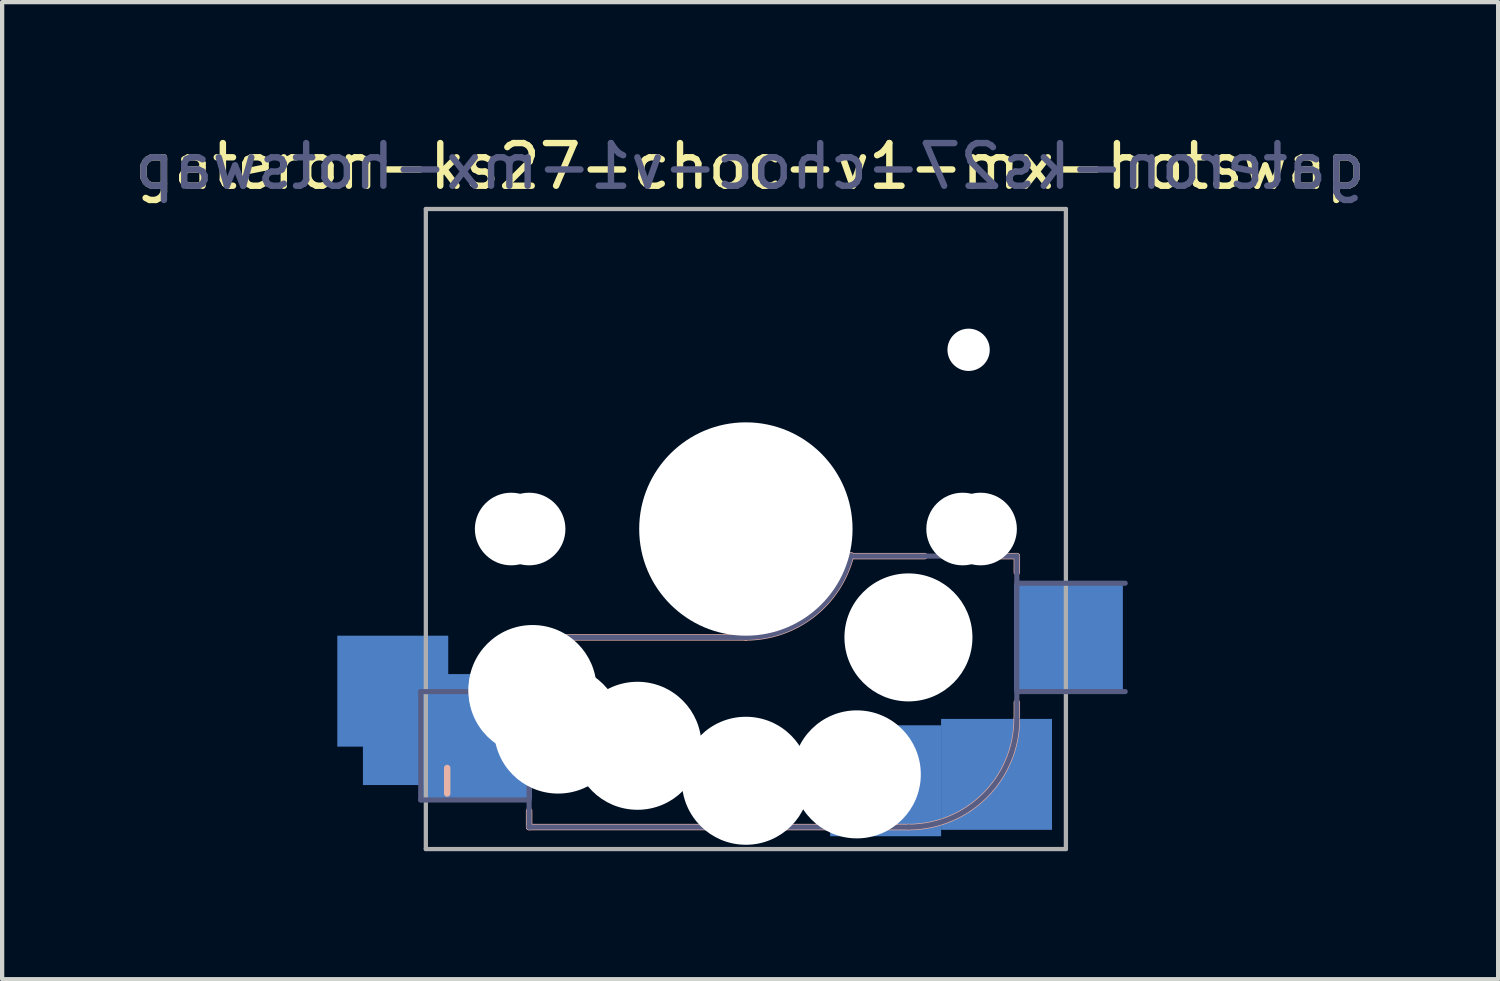
<source format=kicad_pcb>
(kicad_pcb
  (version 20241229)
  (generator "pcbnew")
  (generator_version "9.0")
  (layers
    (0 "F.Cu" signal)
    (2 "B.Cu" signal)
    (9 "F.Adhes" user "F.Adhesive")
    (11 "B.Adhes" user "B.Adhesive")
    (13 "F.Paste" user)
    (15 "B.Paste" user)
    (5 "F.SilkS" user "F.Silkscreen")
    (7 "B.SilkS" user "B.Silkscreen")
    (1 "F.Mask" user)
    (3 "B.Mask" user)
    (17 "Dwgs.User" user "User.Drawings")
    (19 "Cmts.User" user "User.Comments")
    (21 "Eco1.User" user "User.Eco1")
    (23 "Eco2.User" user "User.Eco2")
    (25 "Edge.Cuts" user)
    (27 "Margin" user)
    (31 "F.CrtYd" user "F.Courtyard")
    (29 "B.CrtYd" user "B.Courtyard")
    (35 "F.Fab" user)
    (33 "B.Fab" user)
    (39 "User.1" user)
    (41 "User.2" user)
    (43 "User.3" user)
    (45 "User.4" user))
  (footprint "gateron-ks27-choc-v1-mx-hotswap"
    (layer "F.Cu")
    (at 14.43 9.348)
    (property "Reference" "gateron-ks27-choc-v1-mx-hotswap" (at 0.1 -8.5 0) (unlocked yes) (layer "F.SilkS") (effects (font (size 1 1) (thickness 0.15))))
    (attr through_hole)
    (fp_line (start -7 5.6) (end -7 6.2) (stroke (width 0.15) (type solid)) (layer "B.SilkS"))
    (fp_line (start -5.08 2.54) (end 0 2.54) (stroke (width 0.15) (type solid)) (layer "B.SilkS"))
    (fp_line (start -5.08 3.556) (end -5.08 2.54) (stroke (width 0.15) (type solid)) (layer "B.SilkS"))
    (fp_line (start -5.08 6.985) (end -5.08 6.604) (stroke (width 0.15) (type solid)) (layer "B.SilkS"))
    (fp_line (start 2.464 0.635) (end 4.191 0.635) (stroke (width 0.15) (type solid)) (layer "B.SilkS"))
    (fp_line (start 3.81 6.985) (end -5.08 6.985) (stroke (width 0.15) (type solid)) (layer "B.SilkS"))
    (fp_line (start 5.969 0.635) (end 6.35 0.635) (stroke (width 0.15) (type solid)) (layer "B.SilkS"))
    (fp_line (start 6.35 1.016) (end 6.35 0.635) (stroke (width 0.15) (type solid)) (layer "B.SilkS"))
    (fp_line (start 6.35 4.445) (end 6.35 4.064) (stroke (width 0.15) (type solid)) (layer "B.SilkS"))
    (fp_arc (start 2.464162 0.61604) (mid 1.563147 2.002042) (end 0 2.54) (stroke (width 0.15) (type solid)) (layer "B.SilkS"))
    (fp_arc (start 6.35 4.445) (mid 5.606051 6.241051) (end 3.81 6.985) (stroke (width 0.15) (type solid)) (layer "B.SilkS"))
    (fp_line (start -7 -7) (end -7 7) (stroke (width 0.12) (type solid)) (layer "Eco2.User"))
    (fp_line (start -7 7) (end 7 7) (stroke (width 0.12) (type solid)) (layer "Eco2.User"))
    (fp_line (start -3.2 -6.3) (end -3.2 -3.1) (stroke (width 0.12) (type solid)) (layer "Eco2.User"))
    (fp_line (start 1.8 -6.3) (end -3.2 -6.3) (stroke (width 0.12) (type solid)) (layer "Eco2.User"))
    (fp_line (start 1.8 -6.3) (end 1.8 -3.1) (stroke (width 0.12) (type solid)) (layer "Eco2.User"))
    (fp_line (start 1.8 -3.1) (end -3.2 -3.1) (stroke (width 0.12) (type solid)) (layer "Eco2.User"))
    (fp_line (start 7 -7) (end -7 -7) (stroke (width 0.12) (type solid)) (layer "Eco2.User"))
    (fp_line (start 7 7) (end 7 -7) (stroke (width 0.12) (type solid)) (layer "Eco2.User"))
    (fp_line (start -7.62 3.81) (end -5.08 3.81) (stroke (width 0.12) (type solid)) (layer "B.Fab"))
    (fp_line (start -7.62 6.35) (end -7.62 3.81) (stroke (width 0.12) (type solid)) (layer "B.Fab"))
    (fp_line (start -5.08 2.54) (end 0 2.54) (stroke (width 0.12) (type solid)) (layer "B.Fab"))
    (fp_line (start -5.08 6.35) (end -7.62 6.35) (stroke (width 0.12) (type solid)) (layer "B.Fab"))
    (fp_line (start -5.08 6.985) (end -5.08 2.54) (stroke (width 0.12) (type solid)) (layer "B.Fab"))
    (fp_line (start 3.81 6.985) (end -5.08 6.985) (stroke (width 0.12) (type solid)) (layer "B.Fab"))
    (fp_line (start 6.35 0.635) (end 2.54 0.635) (stroke (width 0.12) (type solid)) (layer "B.Fab"))
    (fp_line (start 6.35 0.635) (end 6.35 4.445) (stroke (width 0.12) (type solid)) (layer "B.Fab"))
    (fp_line (start 6.35 1.27) (end 8.89 1.27) (stroke (width 0.12) (type solid)) (layer "B.Fab"))
    (fp_line (start 8.89 3.81) (end 6.35 3.81) (stroke (width 0.12) (type solid)) (layer "B.Fab"))
    (fp_arc (start 2.464162 0.61604) (mid 1.563147 2.002042) (end 0 2.54) (stroke (width 0.12) (type solid)) (layer "B.Fab"))
    (fp_arc (start 6.35 4.445) (mid 5.606051 6.241051) (end 3.81 6.985) (stroke (width 0.12) (type solid)) (layer "B.Fab"))
    (fp_line (start -7.5 -7.5) (end -7.5 7.5) (stroke (width 0.1) (type solid)) (layer "F.Fab"))
    (fp_line (start -7.5 7.5) (end 7.5 7.5) (stroke (width 0.1) (type solid)) (layer "F.Fab"))
    (fp_line (start 7.5 -7.5) (end -7.5 -7.5) (stroke (width 0.1) (type solid)) (layer "F.Fab"))
    (fp_line (start 7.5 7.5) (end 7.5 -7.5) (stroke (width 0.1) (type solid)) (layer "F.Fab"))
    (fp_text user "${REFERENCE}" (at 0.1 -8.5 0) (layer "B.Fab") (effects (font (size 1 1) (thickness 0.15)) (justify mirror)))
    (pad "" np_thru_hole circle (at -5.5 0) (size 1.702 1.702) (drill 1.702) (layers "*.Cu" "*.Mask"))
    (pad "" np_thru_hole circle (at -5.08 0 180) (size 1.702 1.702) (drill 1.702) (layers "*.Cu" "*.Mask"))
    (pad "" np_thru_hole circle (at -5 3.75) (size 3 3) (drill 3) (layers "*.Cu" "*.Mask"))
    (pad "" np_thru_hole circle (at -5 3.8) (size 3 3) (drill 3) (layers "*.Cu" "*.Mask"))
    (pad "" np_thru_hole circle (at -4.4 4.7) (size 3 3) (drill 3) (layers "*.Cu" "*.Mask"))
    (pad "" np_thru_hole circle (at -2.54 5.08 180) (size 3 3) (drill 3) (layers "*.Cu" "*.Mask"))
    (pad "" np_thru_hole circle (at 0 0 180) (size 3.988 3.988) (drill 3.988) (layers "*.Cu" "*.Mask"))
    (pad "" np_thru_hole circle (at 0 0) (size 5 5) (drill 5) (layers "*.Cu" "*.Mask"))
    (pad "" np_thru_hole circle (at 0 5.9) (size 3 3) (drill 3) (layers "*.Cu" "*.Mask"))
    (pad "" np_thru_hole circle (at 2.6 5.75) (size 3 3) (drill 3) (layers "*.Cu" "*.Mask"))
    (pad "" np_thru_hole circle (at 3.81 2.54 180) (size 3 3) (drill 3) (layers "*.Cu" "*.Mask"))
    (pad "" np_thru_hole circle (at 5.08 0 180) (size 1.702 1.702) (drill 1.702) (layers "*.Cu" "*.Mask"))
    (pad "" np_thru_hole circle (at 5.22 -4.2) (size 0.991 0.991) (drill 0.991) (layers "*.Cu" "*.Mask"))
    (pad "" np_thru_hole circle (at 5.5 0) (size 1.702 1.702) (drill 1.702) (layers "*.Cu" "*.Mask"))
    (pad "1" smd rect (at -8.275 3.8) (size 2.6 2.6) (layers "B.Cu" "B.Mask" "B.Paste"))
    (pad "1" smd rect (at -7.675 4.7) (size 2.6 2.6) (layers "B.Cu" "B.Mask" "B.Paste"))
    (pad "1" smd rect (at -6.29 5.08 180) (size 2.55 2.5) (layers "B.Cu" "B.Mask" "B.Paste"))
    (pad "2" smd rect (at 3.275 5.9) (size 2.6 2.6) (layers "B.Cu" "B.Mask" "B.Paste"))
    (pad "2" smd rect (at 5.875 5.75) (size 2.6 2.6) (layers "B.Cu" "B.Mask" "B.Paste"))
    (pad "2" smd rect (at 7.56 2.54 180) (size 2.55 2.5) (layers "B.Cu" "B.Mask" "B.Paste")))
  (gr_rect
    (start -3 -3)
    (end 32.06 19.898)
    (stroke (width 0.1) (type default))
    (fill no)
    (layer "Edge.Cuts")))
</source>
